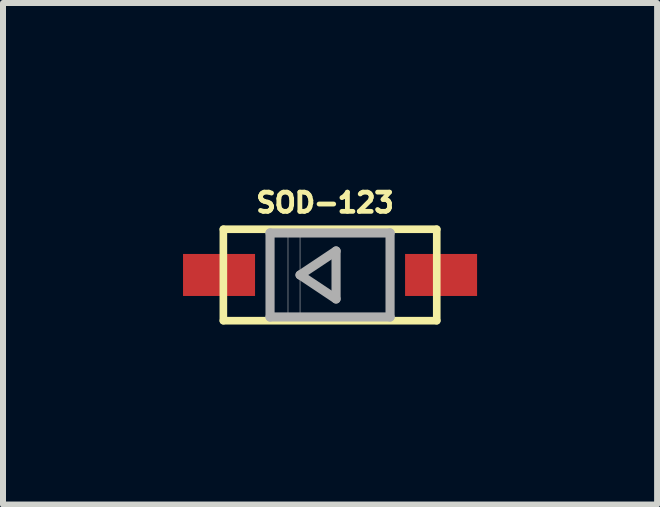
<source format=kicad_pcb>
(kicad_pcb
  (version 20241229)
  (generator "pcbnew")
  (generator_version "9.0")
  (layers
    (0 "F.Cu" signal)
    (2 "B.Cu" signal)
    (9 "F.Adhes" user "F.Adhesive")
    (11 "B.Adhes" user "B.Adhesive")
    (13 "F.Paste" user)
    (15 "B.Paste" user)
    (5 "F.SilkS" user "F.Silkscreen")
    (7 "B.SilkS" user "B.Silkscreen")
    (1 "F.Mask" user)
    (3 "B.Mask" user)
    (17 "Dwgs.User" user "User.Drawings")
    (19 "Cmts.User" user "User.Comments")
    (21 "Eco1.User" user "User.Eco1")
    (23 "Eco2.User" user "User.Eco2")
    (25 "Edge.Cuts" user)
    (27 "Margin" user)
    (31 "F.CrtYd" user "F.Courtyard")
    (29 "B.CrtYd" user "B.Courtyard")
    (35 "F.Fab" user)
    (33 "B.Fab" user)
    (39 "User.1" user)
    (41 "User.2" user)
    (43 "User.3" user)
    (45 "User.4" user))
  (footprint "SOD-123"
    (layer "F.Cu")
    (at 2.45 1.532)
    (property "Reference" "SOD-123" (at -0.084 -1.204 0) (layer "F.SilkS") (effects (font (size 0.32 0.32) (thickness 0.15))))
    (attr smd)
    (fp_line (start -1.778 -0.762) (end 1.778 -0.762) (stroke (width 0.127) (type solid)) (layer "F.SilkS"))
    (fp_line (start -1.778 0.762) (end -1.778 -0.762) (stroke (width 0.127) (type solid)) (layer "F.SilkS"))
    (fp_line (start 1.778 -0.762) (end 1.778 0.762) (stroke (width 0.127) (type solid)) (layer "F.SilkS"))
    (fp_line (start 1.778 0.762) (end -1.778 0.762) (stroke (width 0.127) (type solid)) (layer "F.SilkS"))
    (fp_line (start -1 -0.7) (end 1 -0.7) (stroke (width 0.152) (type solid)) (layer "F.Fab"))
    (fp_line (start -1 0.7) (end -1 -0.7) (stroke (width 0.152) (type solid)) (layer "F.Fab"))
    (fp_line (start -0.5 0) (end 0.1 -0.4) (stroke (width 0.152) (type solid)) (layer "F.Fab"))
    (fp_line (start 0.1 -0.4) (end 0.1 0.4) (stroke (width 0.152) (type solid)) (layer "F.Fab"))
    (fp_line (start 0.1 0.4) (end -0.5 0) (stroke (width 0.152) (type solid)) (layer "F.Fab"))
    (fp_line (start 1 -0.7) (end 1 0.7) (stroke (width 0.152) (type solid)) (layer "F.Fab"))
    (fp_line (start 1 0.7) (end -1 0.7) (stroke (width 0.152) (type solid)) (layer "F.Fab"))
    (fp_poly (pts (xy -0.701 -0.7) (xy -0.5 -0.7) (xy -0.5 0.701) (xy -0.701 0.701)) (stroke (width 0.01) (type solid)) (fill no) (layer "F.Fab"))
    (pad "A" smd rect (at 1.85 0) (size 1.2 0.7) (layers "F.Cu" "F.Mask" "F.Paste"))
    (pad "C" smd rect (at -1.85 0) (size 1.2 0.7) (layers "F.Cu" "F.Mask" "F.Paste")))
  (gr_rect
    (start -3 -3)
    (end 7.9 5.358)
    (stroke (width 0.1) (type default))
    (fill no)
    (layer "Edge.Cuts")))
</source>
